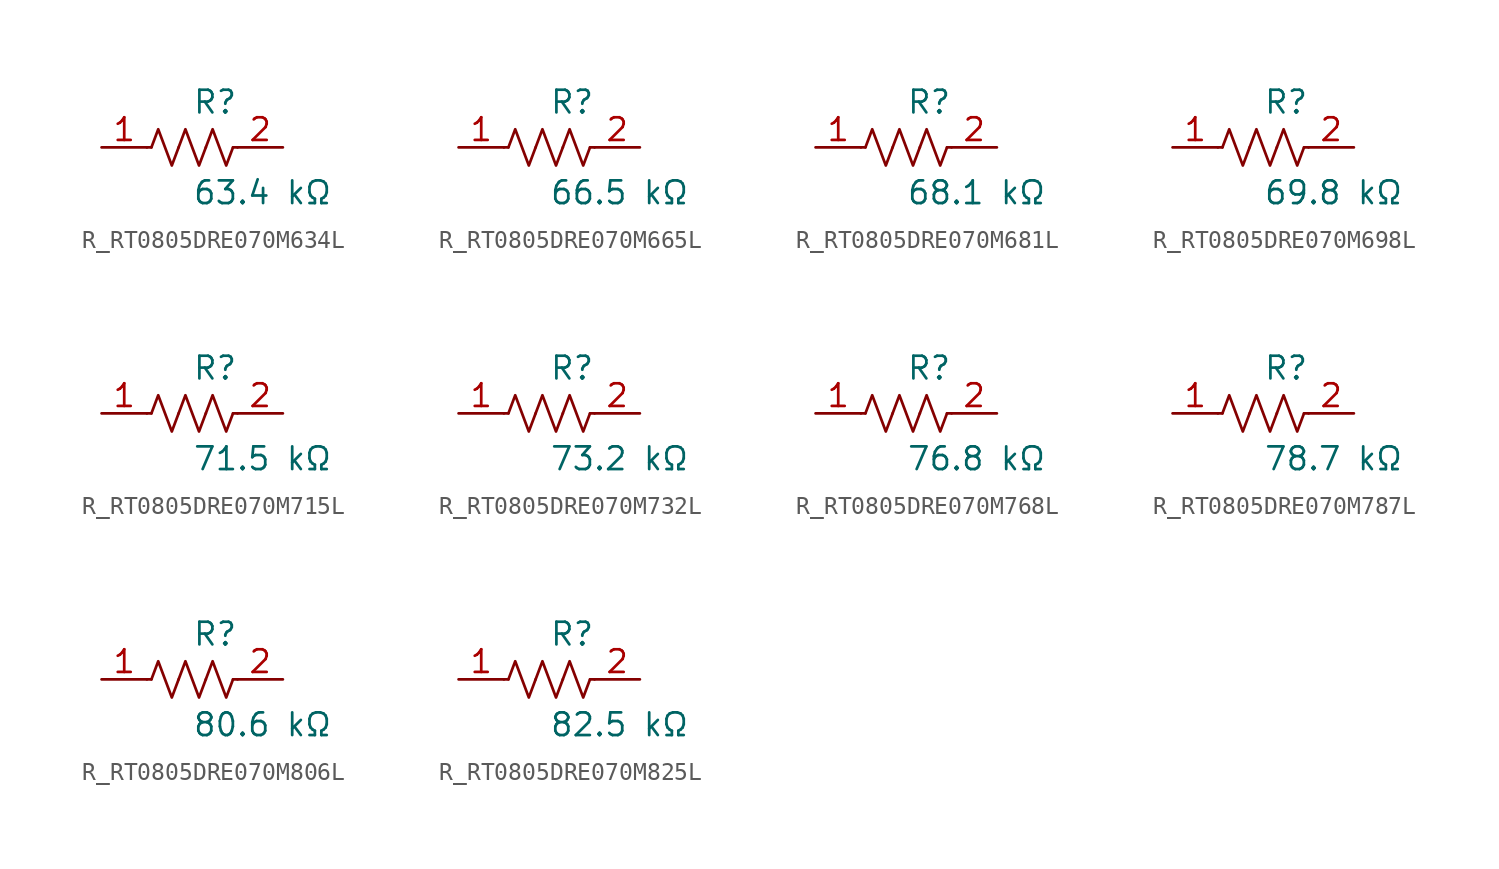
<source format=kicad_sym>
(kicad_symbol_lib
  (version 20231120)
  (generator kicad_symbol_editor)
  (generator_version 8.0)
  (symbol "R_RT0805DRE070M634L"
    (pin_names
      (offset 0.254))
    (property "Reference" "R"
      (at 0.0 2.54 0)
      (effects (font (size 1.27 1.27)) (justify left)))
    (property "Value" "63.4 kΩ"
      (at 0.0 -2.54 0)
      (effects (font (size 1.27 1.27)) (justify left)))
    (symbol "R_RT0805DRE070M634L_0_1"
      (polyline (pts (xy 2.286 0) (xy 2.54 0)) (stroke (width 0) (type default)) (fill (type none)))
      (polyline (pts (xy -2.286 0) (xy -2.54 0)) (stroke (width 0) (type default)) (fill (type none)))
      (polyline (pts (xy 0.762 0) (xy 1.143 1.016) (xy 1.524 0) (xy 1.905 -1.016) (xy 2.286 0)) (stroke (width 0) (type default)) (fill (type none)))
      (polyline (pts (xy -0.762 0) (xy -0.381 1.016) (xy 0 0) (xy 0.381 -1.016) (xy 0.762 0)) (stroke (width 0) (type default)) (fill (type none)))
      (polyline (pts (xy -2.286 0) (xy -1.905 1.016) (xy -1.524 0) (xy -1.143 -1.016) (xy -0.762 0)) (stroke (width 0) (type default)) (fill (type none))))
    (pin unspecified line
      (at -5.08 0 0)
      (length 2.54)
      (name "" (effects (font (size 1.27 1.27))))
      (number "1" (effects (font (size 1.27 1.27)))))
    (pin unspecified line
      (at 5.08 0 180)
      (length 2.54)
      (name "" (effects (font (size 1.27 1.27))))
      (number "2" (effects (font (size 1.27 1.27))))))
  (symbol "R_RT0805DRE070M665L"
    (pin_names
      (offset 0.254))
    (property "Reference" "R"
      (at 0.0 2.54 0)
      (effects (font (size 1.27 1.27)) (justify left)))
    (property "Value" "66.5 kΩ"
      (at 0.0 -2.54 0)
      (effects (font (size 1.27 1.27)) (justify left)))
    (symbol "R_RT0805DRE070M665L_0_1"
      (polyline (pts (xy 2.286 0) (xy 2.54 0)) (stroke (width 0) (type default)) (fill (type none)))
      (polyline (pts (xy -2.286 0) (xy -2.54 0)) (stroke (width 0) (type default)) (fill (type none)))
      (polyline (pts (xy 0.762 0) (xy 1.143 1.016) (xy 1.524 0) (xy 1.905 -1.016) (xy 2.286 0)) (stroke (width 0) (type default)) (fill (type none)))
      (polyline (pts (xy -0.762 0) (xy -0.381 1.016) (xy 0 0) (xy 0.381 -1.016) (xy 0.762 0)) (stroke (width 0) (type default)) (fill (type none)))
      (polyline (pts (xy -2.286 0) (xy -1.905 1.016) (xy -1.524 0) (xy -1.143 -1.016) (xy -0.762 0)) (stroke (width 0) (type default)) (fill (type none))))
    (pin unspecified line
      (at -5.08 0 0)
      (length 2.54)
      (name "" (effects (font (size 1.27 1.27))))
      (number "1" (effects (font (size 1.27 1.27)))))
    (pin unspecified line
      (at 5.08 0 180)
      (length 2.54)
      (name "" (effects (font (size 1.27 1.27))))
      (number "2" (effects (font (size 1.27 1.27))))))
  (symbol "R_RT0805DRE070M681L"
    (pin_names
      (offset 0.254))
    (property "Reference" "R"
      (at 0.0 2.54 0)
      (effects (font (size 1.27 1.27)) (justify left)))
    (property "Value" "68.1 kΩ"
      (at 0.0 -2.54 0)
      (effects (font (size 1.27 1.27)) (justify left)))
    (symbol "R_RT0805DRE070M681L_0_1"
      (polyline (pts (xy 2.286 0) (xy 2.54 0)) (stroke (width 0) (type default)) (fill (type none)))
      (polyline (pts (xy -2.286 0) (xy -2.54 0)) (stroke (width 0) (type default)) (fill (type none)))
      (polyline (pts (xy 0.762 0) (xy 1.143 1.016) (xy 1.524 0) (xy 1.905 -1.016) (xy 2.286 0)) (stroke (width 0) (type default)) (fill (type none)))
      (polyline (pts (xy -0.762 0) (xy -0.381 1.016) (xy 0 0) (xy 0.381 -1.016) (xy 0.762 0)) (stroke (width 0) (type default)) (fill (type none)))
      (polyline (pts (xy -2.286 0) (xy -1.905 1.016) (xy -1.524 0) (xy -1.143 -1.016) (xy -0.762 0)) (stroke (width 0) (type default)) (fill (type none))))
    (pin unspecified line
      (at -5.08 0 0)
      (length 2.54)
      (name "" (effects (font (size 1.27 1.27))))
      (number "1" (effects (font (size 1.27 1.27)))))
    (pin unspecified line
      (at 5.08 0 180)
      (length 2.54)
      (name "" (effects (font (size 1.27 1.27))))
      (number "2" (effects (font (size 1.27 1.27))))))
  (symbol "R_RT0805DRE070M698L"
    (pin_names
      (offset 0.254))
    (property "Reference" "R"
      (at 0.0 2.54 0)
      (effects (font (size 1.27 1.27)) (justify left)))
    (property "Value" "69.8 kΩ"
      (at 0.0 -2.54 0)
      (effects (font (size 1.27 1.27)) (justify left)))
    (symbol "R_RT0805DRE070M698L_0_1"
      (polyline (pts (xy 2.286 0) (xy 2.54 0)) (stroke (width 0) (type default)) (fill (type none)))
      (polyline (pts (xy -2.286 0) (xy -2.54 0)) (stroke (width 0) (type default)) (fill (type none)))
      (polyline (pts (xy 0.762 0) (xy 1.143 1.016) (xy 1.524 0) (xy 1.905 -1.016) (xy 2.286 0)) (stroke (width 0) (type default)) (fill (type none)))
      (polyline (pts (xy -0.762 0) (xy -0.381 1.016) (xy 0 0) (xy 0.381 -1.016) (xy 0.762 0)) (stroke (width 0) (type default)) (fill (type none)))
      (polyline (pts (xy -2.286 0) (xy -1.905 1.016) (xy -1.524 0) (xy -1.143 -1.016) (xy -0.762 0)) (stroke (width 0) (type default)) (fill (type none))))
    (pin unspecified line
      (at -5.08 0 0)
      (length 2.54)
      (name "" (effects (font (size 1.27 1.27))))
      (number "1" (effects (font (size 1.27 1.27)))))
    (pin unspecified line
      (at 5.08 0 180)
      (length 2.54)
      (name "" (effects (font (size 1.27 1.27))))
      (number "2" (effects (font (size 1.27 1.27))))))
  (symbol "R_RT0805DRE070M715L"
    (pin_names
      (offset 0.254))
    (property "Reference" "R"
      (at 0.0 2.54 0)
      (effects (font (size 1.27 1.27)) (justify left)))
    (property "Value" "71.5 kΩ"
      (at 0.0 -2.54 0)
      (effects (font (size 1.27 1.27)) (justify left)))
    (symbol "R_RT0805DRE070M715L_0_1"
      (polyline (pts (xy 2.286 0) (xy 2.54 0)) (stroke (width 0) (type default)) (fill (type none)))
      (polyline (pts (xy -2.286 0) (xy -2.54 0)) (stroke (width 0) (type default)) (fill (type none)))
      (polyline (pts (xy 0.762 0) (xy 1.143 1.016) (xy 1.524 0) (xy 1.905 -1.016) (xy 2.286 0)) (stroke (width 0) (type default)) (fill (type none)))
      (polyline (pts (xy -0.762 0) (xy -0.381 1.016) (xy 0 0) (xy 0.381 -1.016) (xy 0.762 0)) (stroke (width 0) (type default)) (fill (type none)))
      (polyline (pts (xy -2.286 0) (xy -1.905 1.016) (xy -1.524 0) (xy -1.143 -1.016) (xy -0.762 0)) (stroke (width 0) (type default)) (fill (type none))))
    (pin unspecified line
      (at -5.08 0 0)
      (length 2.54)
      (name "" (effects (font (size 1.27 1.27))))
      (number "1" (effects (font (size 1.27 1.27)))))
    (pin unspecified line
      (at 5.08 0 180)
      (length 2.54)
      (name "" (effects (font (size 1.27 1.27))))
      (number "2" (effects (font (size 1.27 1.27))))))
  (symbol "R_RT0805DRE070M732L"
    (pin_names
      (offset 0.254))
    (property "Reference" "R"
      (at 0.0 2.54 0)
      (effects (font (size 1.27 1.27)) (justify left)))
    (property "Value" "73.2 kΩ"
      (at 0.0 -2.54 0)
      (effects (font (size 1.27 1.27)) (justify left)))
    (symbol "R_RT0805DRE070M732L_0_1"
      (polyline (pts (xy 2.286 0) (xy 2.54 0)) (stroke (width 0) (type default)) (fill (type none)))
      (polyline (pts (xy -2.286 0) (xy -2.54 0)) (stroke (width 0) (type default)) (fill (type none)))
      (polyline (pts (xy 0.762 0) (xy 1.143 1.016) (xy 1.524 0) (xy 1.905 -1.016) (xy 2.286 0)) (stroke (width 0) (type default)) (fill (type none)))
      (polyline (pts (xy -0.762 0) (xy -0.381 1.016) (xy 0 0) (xy 0.381 -1.016) (xy 0.762 0)) (stroke (width 0) (type default)) (fill (type none)))
      (polyline (pts (xy -2.286 0) (xy -1.905 1.016) (xy -1.524 0) (xy -1.143 -1.016) (xy -0.762 0)) (stroke (width 0) (type default)) (fill (type none))))
    (pin unspecified line
      (at -5.08 0 0)
      (length 2.54)
      (name "" (effects (font (size 1.27 1.27))))
      (number "1" (effects (font (size 1.27 1.27)))))
    (pin unspecified line
      (at 5.08 0 180)
      (length 2.54)
      (name "" (effects (font (size 1.27 1.27))))
      (number "2" (effects (font (size 1.27 1.27))))))
  (symbol "R_RT0805DRE070M768L"
    (pin_names
      (offset 0.254))
    (property "Reference" "R"
      (at 0.0 2.54 0)
      (effects (font (size 1.27 1.27)) (justify left)))
    (property "Value" "76.8 kΩ"
      (at 0.0 -2.54 0)
      (effects (font (size 1.27 1.27)) (justify left)))
    (symbol "R_RT0805DRE070M768L_0_1"
      (polyline (pts (xy 2.286 0) (xy 2.54 0)) (stroke (width 0) (type default)) (fill (type none)))
      (polyline (pts (xy -2.286 0) (xy -2.54 0)) (stroke (width 0) (type default)) (fill (type none)))
      (polyline (pts (xy 0.762 0) (xy 1.143 1.016) (xy 1.524 0) (xy 1.905 -1.016) (xy 2.286 0)) (stroke (width 0) (type default)) (fill (type none)))
      (polyline (pts (xy -0.762 0) (xy -0.381 1.016) (xy 0 0) (xy 0.381 -1.016) (xy 0.762 0)) (stroke (width 0) (type default)) (fill (type none)))
      (polyline (pts (xy -2.286 0) (xy -1.905 1.016) (xy -1.524 0) (xy -1.143 -1.016) (xy -0.762 0)) (stroke (width 0) (type default)) (fill (type none))))
    (pin unspecified line
      (at -5.08 0 0)
      (length 2.54)
      (name "" (effects (font (size 1.27 1.27))))
      (number "1" (effects (font (size 1.27 1.27)))))
    (pin unspecified line
      (at 5.08 0 180)
      (length 2.54)
      (name "" (effects (font (size 1.27 1.27))))
      (number "2" (effects (font (size 1.27 1.27))))))
  (symbol "R_RT0805DRE070M787L"
    (pin_names
      (offset 0.254))
    (property "Reference" "R"
      (at 0.0 2.54 0)
      (effects (font (size 1.27 1.27)) (justify left)))
    (property "Value" "78.7 kΩ"
      (at 0.0 -2.54 0)
      (effects (font (size 1.27 1.27)) (justify left)))
    (symbol "R_RT0805DRE070M787L_0_1"
      (polyline (pts (xy 2.286 0) (xy 2.54 0)) (stroke (width 0) (type default)) (fill (type none)))
      (polyline (pts (xy -2.286 0) (xy -2.54 0)) (stroke (width 0) (type default)) (fill (type none)))
      (polyline (pts (xy 0.762 0) (xy 1.143 1.016) (xy 1.524 0) (xy 1.905 -1.016) (xy 2.286 0)) (stroke (width 0) (type default)) (fill (type none)))
      (polyline (pts (xy -0.762 0) (xy -0.381 1.016) (xy 0 0) (xy 0.381 -1.016) (xy 0.762 0)) (stroke (width 0) (type default)) (fill (type none)))
      (polyline (pts (xy -2.286 0) (xy -1.905 1.016) (xy -1.524 0) (xy -1.143 -1.016) (xy -0.762 0)) (stroke (width 0) (type default)) (fill (type none))))
    (pin unspecified line
      (at -5.08 0 0)
      (length 2.54)
      (name "" (effects (font (size 1.27 1.27))))
      (number "1" (effects (font (size 1.27 1.27)))))
    (pin unspecified line
      (at 5.08 0 180)
      (length 2.54)
      (name "" (effects (font (size 1.27 1.27))))
      (number "2" (effects (font (size 1.27 1.27))))))
  (symbol "R_RT0805DRE070M806L"
    (pin_names
      (offset 0.254))
    (property "Reference" "R"
      (at 0.0 2.54 0)
      (effects (font (size 1.27 1.27)) (justify left)))
    (property "Value" "80.6 kΩ"
      (at 0.0 -2.54 0)
      (effects (font (size 1.27 1.27)) (justify left)))
    (symbol "R_RT0805DRE070M806L_0_1"
      (polyline (pts (xy 2.286 0) (xy 2.54 0)) (stroke (width 0) (type default)) (fill (type none)))
      (polyline (pts (xy -2.286 0) (xy -2.54 0)) (stroke (width 0) (type default)) (fill (type none)))
      (polyline (pts (xy 0.762 0) (xy 1.143 1.016) (xy 1.524 0) (xy 1.905 -1.016) (xy 2.286 0)) (stroke (width 0) (type default)) (fill (type none)))
      (polyline (pts (xy -0.762 0) (xy -0.381 1.016) (xy 0 0) (xy 0.381 -1.016) (xy 0.762 0)) (stroke (width 0) (type default)) (fill (type none)))
      (polyline (pts (xy -2.286 0) (xy -1.905 1.016) (xy -1.524 0) (xy -1.143 -1.016) (xy -0.762 0)) (stroke (width 0) (type default)) (fill (type none))))
    (pin unspecified line
      (at -5.08 0 0)
      (length 2.54)
      (name "" (effects (font (size 1.27 1.27))))
      (number "1" (effects (font (size 1.27 1.27)))))
    (pin unspecified line
      (at 5.08 0 180)
      (length 2.54)
      (name "" (effects (font (size 1.27 1.27))))
      (number "2" (effects (font (size 1.27 1.27))))))
  (symbol "R_RT0805DRE070M825L"
    (pin_names
      (offset 0.254))
    (property "Reference" "R"
      (at 0.0 2.54 0)
      (effects (font (size 1.27 1.27)) (justify left)))
    (property "Value" "82.5 kΩ"
      (at 0.0 -2.54 0)
      (effects (font (size 1.27 1.27)) (justify left)))
    (symbol "R_RT0805DRE070M825L_0_1"
      (polyline (pts (xy 2.286 0) (xy 2.54 0)) (stroke (width 0) (type default)) (fill (type none)))
      (polyline (pts (xy -2.286 0) (xy -2.54 0)) (stroke (width 0) (type default)) (fill (type none)))
      (polyline (pts (xy 0.762 0) (xy 1.143 1.016) (xy 1.524 0) (xy 1.905 -1.016) (xy 2.286 0)) (stroke (width 0) (type default)) (fill (type none)))
      (polyline (pts (xy -0.762 0) (xy -0.381 1.016) (xy 0 0) (xy 0.381 -1.016) (xy 0.762 0)) (stroke (width 0) (type default)) (fill (type none)))
      (polyline (pts (xy -2.286 0) (xy -1.905 1.016) (xy -1.524 0) (xy -1.143 -1.016) (xy -0.762 0)) (stroke (width 0) (type default)) (fill (type none))))
    (pin unspecified line
      (at -5.08 0 0)
      (length 2.54)
      (name "" (effects (font (size 1.27 1.27))))
      (number "1" (effects (font (size 1.27 1.27)))))
    (pin unspecified line
      (at 5.08 0 180)
      (length 2.54)
      (name "" (effects (font (size 1.27 1.27))))
      (number "2" (effects (font (size 1.27 1.27)))))))
</source>
